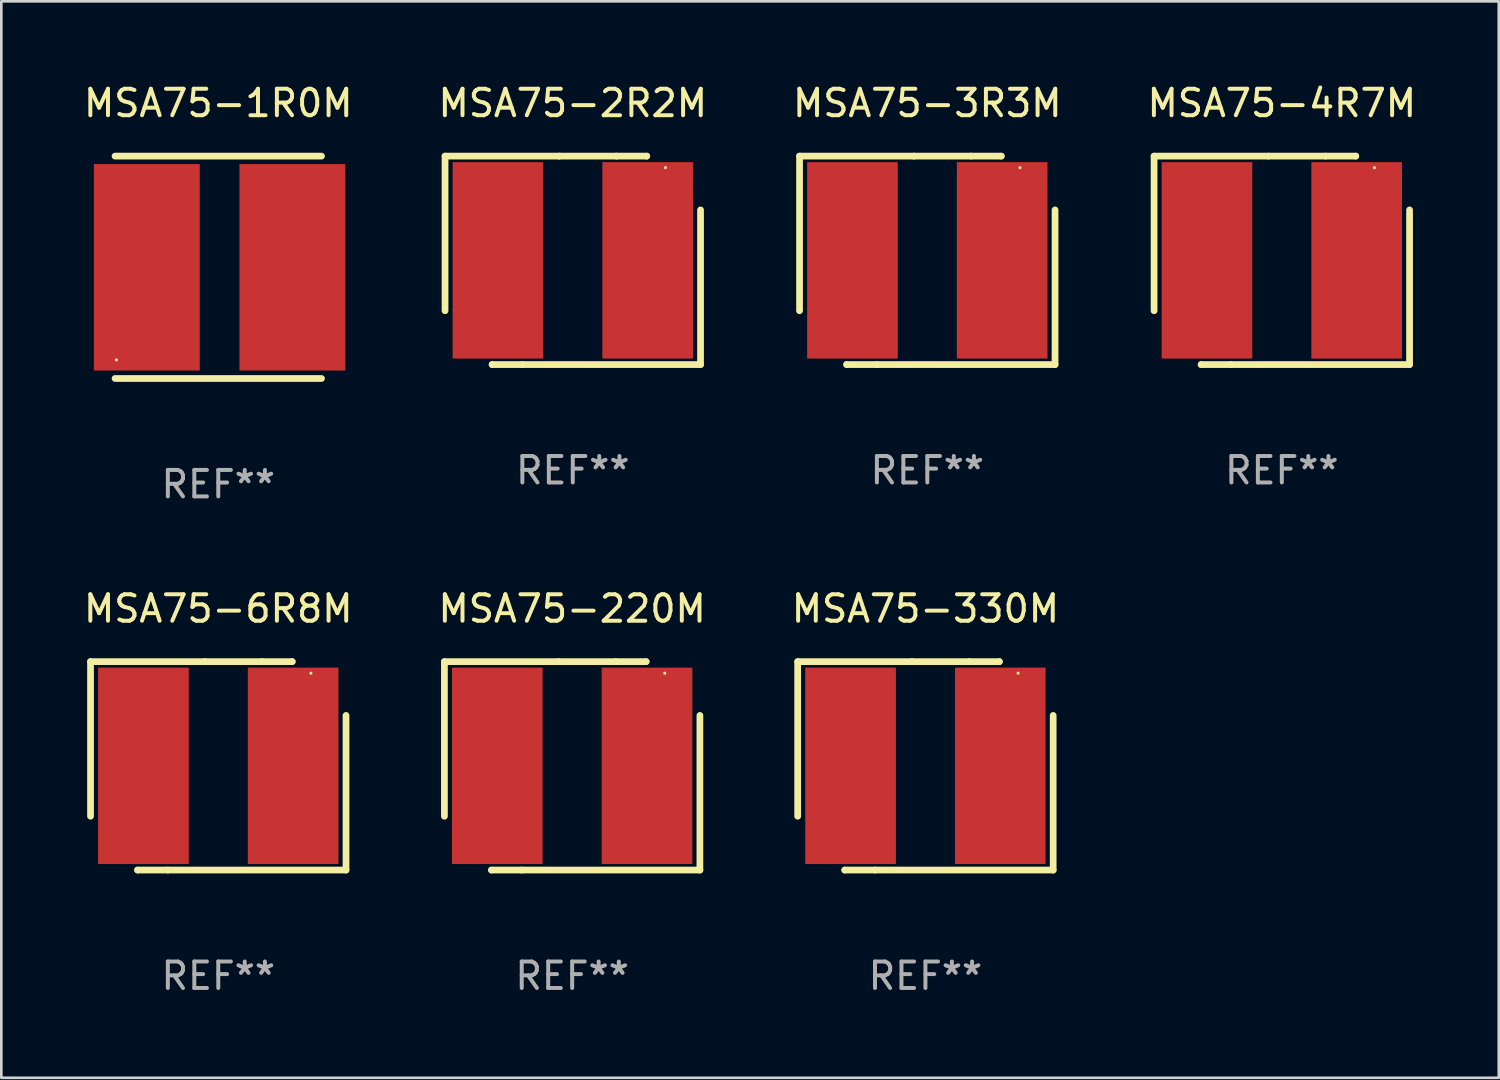
<source format=kicad_pcb>
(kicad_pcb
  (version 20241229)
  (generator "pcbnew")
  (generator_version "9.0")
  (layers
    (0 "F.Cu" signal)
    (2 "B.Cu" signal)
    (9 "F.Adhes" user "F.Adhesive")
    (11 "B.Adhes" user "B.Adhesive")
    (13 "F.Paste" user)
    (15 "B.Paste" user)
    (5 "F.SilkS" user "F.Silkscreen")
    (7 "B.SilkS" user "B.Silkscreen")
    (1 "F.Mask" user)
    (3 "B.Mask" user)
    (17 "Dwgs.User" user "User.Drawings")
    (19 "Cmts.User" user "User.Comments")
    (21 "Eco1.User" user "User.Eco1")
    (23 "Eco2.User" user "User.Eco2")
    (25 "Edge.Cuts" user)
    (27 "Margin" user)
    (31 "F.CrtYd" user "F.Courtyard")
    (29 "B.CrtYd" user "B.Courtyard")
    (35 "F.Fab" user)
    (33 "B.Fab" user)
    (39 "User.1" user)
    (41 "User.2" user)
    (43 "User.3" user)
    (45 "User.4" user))
  (footprint "MSA75-6R8M"
    (layer "F.Cu")
    (at 5.196 25.882)
    (property "Reference" "MSA75-6R8M" (at 0 -5.937 0) (layer "F.SilkS") (effects (font (size 1 1) (thickness 0.15))))
    (attr through_hole)
    (fp_line (start -4.826 -3.937) (end -0.508 -3.937) (stroke (width 0.254) (type solid)) (layer "F.SilkS"))
    (fp_line (start -4.826 1.905) (end -4.826 -3.937) (stroke (width 0.254) (type solid)) (layer "F.SilkS"))
    (fp_line (start -3.048 3.937) (end -3.048 3.937) (stroke (width 0.254) (type solid)) (layer "F.SilkS"))
    (fp_line (start -1.905 3.937) (end -3.048 3.937) (stroke (width 0.254) (type solid)) (layer "F.SilkS"))
    (fp_line (start -0.508 -3.937) (end 1.651 -3.937) (stroke (width 0.254) (type solid)) (layer "F.SilkS"))
    (fp_line (start 1.651 -3.937) (end 2.794 -3.937) (stroke (width 0.254) (type solid)) (layer "F.SilkS"))
    (fp_line (start 2.794 -3.937) (end 2.794 -3.937) (stroke (width 0.254) (type solid)) (layer "F.SilkS"))
    (fp_line (start 4.826 -1.905) (end 4.826 3.937) (stroke (width 0.254) (type solid)) (layer "F.SilkS"))
    (fp_line (start 4.826 3.937) (end -1.905 3.937) (stroke (width 0.254) (type solid)) (layer "F.SilkS"))
    (fp_circle (center 3.5 -3.5) (end 3.53 -3.5) (stroke (width 0.06) (type solid)) (fill no) (layer "F.SilkS"))
    (fp_text user "REF**" (at 0 7.937 0) (layer "F.Fab") (effects (font (size 1 1) (thickness 0.15))))
    (pad "1" smd rect (at 2.828 0) (size 3.424 7.42) (layers "F.Cu" "F.Mask" "F.Paste"))
    (pad "2" smd rect (at -2.828 0) (size 3.424 7.42) (layers "F.Cu" "F.Mask" "F.Paste")))
  (footprint "MSA75-4R7M"
    (layer "F.Cu")
    (at 45.375 6.785)
    (property "Reference" "MSA75-4R7M" (at 0 -5.937 0) (layer "F.SilkS") (effects (font (size 1 1) (thickness 0.15))))
    (attr through_hole)
    (fp_line (start -4.826 -3.937) (end -0.508 -3.937) (stroke (width 0.254) (type solid)) (layer "F.SilkS"))
    (fp_line (start -4.826 1.905) (end -4.826 -3.937) (stroke (width 0.254) (type solid)) (layer "F.SilkS"))
    (fp_line (start -3.048 3.937) (end -3.048 3.937) (stroke (width 0.254) (type solid)) (layer "F.SilkS"))
    (fp_line (start -1.905 3.937) (end -3.048 3.937) (stroke (width 0.254) (type solid)) (layer "F.SilkS"))
    (fp_line (start -0.508 -3.937) (end 1.651 -3.937) (stroke (width 0.254) (type solid)) (layer "F.SilkS"))
    (fp_line (start 1.651 -3.937) (end 2.794 -3.937) (stroke (width 0.254) (type solid)) (layer "F.SilkS"))
    (fp_line (start 2.794 -3.937) (end 2.794 -3.937) (stroke (width 0.254) (type solid)) (layer "F.SilkS"))
    (fp_line (start 4.826 -1.905) (end 4.826 3.937) (stroke (width 0.254) (type solid)) (layer "F.SilkS"))
    (fp_line (start 4.826 3.937) (end -1.905 3.937) (stroke (width 0.254) (type solid)) (layer "F.SilkS"))
    (fp_circle (center 3.5 -3.5) (end 3.53 -3.5) (stroke (width 0.06) (type solid)) (fill no) (layer "F.SilkS"))
    (fp_text user "REF**" (at 0 7.937 0) (layer "F.Fab") (effects (font (size 1 1) (thickness 0.15))))
    (pad "1" smd rect (at 2.828 0) (size 3.424 7.42) (layers "F.Cu" "F.Mask" "F.Paste"))
    (pad "2" smd rect (at -2.828 0) (size 3.424 7.42) (layers "F.Cu" "F.Mask" "F.Paste")))
  (footprint "MSA75-2R2M"
    (layer "F.Cu")
    (at 18.589 6.785)
    (property "Reference" "MSA75-2R2M" (at 0 -5.937 0) (layer "F.SilkS") (effects (font (size 1 1) (thickness 0.15))))
    (attr through_hole)
    (fp_line (start -4.826 -3.937) (end -0.508 -3.937) (stroke (width 0.254) (type solid)) (layer "F.SilkS"))
    (fp_line (start -4.826 1.905) (end -4.826 -3.937) (stroke (width 0.254) (type solid)) (layer "F.SilkS"))
    (fp_line (start -3.048 3.937) (end -3.048 3.937) (stroke (width 0.254) (type solid)) (layer "F.SilkS"))
    (fp_line (start -1.905 3.937) (end -3.048 3.937) (stroke (width 0.254) (type solid)) (layer "F.SilkS"))
    (fp_line (start -0.508 -3.937) (end 1.651 -3.937) (stroke (width 0.254) (type solid)) (layer "F.SilkS"))
    (fp_line (start 1.651 -3.937) (end 2.794 -3.937) (stroke (width 0.254) (type solid)) (layer "F.SilkS"))
    (fp_line (start 2.794 -3.937) (end 2.794 -3.937) (stroke (width 0.254) (type solid)) (layer "F.SilkS"))
    (fp_line (start 4.826 -1.905) (end 4.826 3.937) (stroke (width 0.254) (type solid)) (layer "F.SilkS"))
    (fp_line (start 4.826 3.937) (end -1.905 3.937) (stroke (width 0.254) (type solid)) (layer "F.SilkS"))
    (fp_circle (center 3.5 -3.5) (end 3.53 -3.5) (stroke (width 0.06) (type solid)) (fill no) (layer "F.SilkS"))
    (fp_text user "REF**" (at 0 7.937 0) (layer "F.Fab") (effects (font (size 1 1) (thickness 0.15))))
    (pad "1" smd rect (at 2.828 0) (size 3.424 7.42) (layers "F.Cu" "F.Mask" "F.Paste"))
    (pad "2" smd rect (at -2.828 0) (size 3.424 7.42) (layers "F.Cu" "F.Mask" "F.Paste")))
  (footprint "MSA75-3R3M"
    (layer "F.Cu")
    (at 31.982 6.785)
    (property "Reference" "MSA75-3R3M" (at 0 -5.937 0) (layer "F.SilkS") (effects (font (size 1 1) (thickness 0.15))))
    (attr through_hole)
    (fp_line (start -4.826 -3.937) (end -0.508 -3.937) (stroke (width 0.254) (type solid)) (layer "F.SilkS"))
    (fp_line (start -4.826 1.905) (end -4.826 -3.937) (stroke (width 0.254) (type solid)) (layer "F.SilkS"))
    (fp_line (start -3.048 3.937) (end -3.048 3.937) (stroke (width 0.254) (type solid)) (layer "F.SilkS"))
    (fp_line (start -1.905 3.937) (end -3.048 3.937) (stroke (width 0.254) (type solid)) (layer "F.SilkS"))
    (fp_line (start -0.508 -3.937) (end 1.651 -3.937) (stroke (width 0.254) (type solid)) (layer "F.SilkS"))
    (fp_line (start 1.651 -3.937) (end 2.794 -3.937) (stroke (width 0.254) (type solid)) (layer "F.SilkS"))
    (fp_line (start 2.794 -3.937) (end 2.794 -3.937) (stroke (width 0.254) (type solid)) (layer "F.SilkS"))
    (fp_line (start 4.826 -1.905) (end 4.826 3.937) (stroke (width 0.254) (type solid)) (layer "F.SilkS"))
    (fp_line (start 4.826 3.937) (end -1.905 3.937) (stroke (width 0.254) (type solid)) (layer "F.SilkS"))
    (fp_circle (center 3.5 -3.5) (end 3.53 -3.5) (stroke (width 0.06) (type solid)) (fill no) (layer "F.SilkS"))
    (fp_text user "REF**" (at 0 7.937 0) (layer "F.Fab") (effects (font (size 1 1) (thickness 0.15))))
    (pad "1" smd rect (at 2.828 0) (size 3.424 7.42) (layers "F.Cu" "F.Mask" "F.Paste"))
    (pad "2" smd rect (at -2.828 0) (size 3.424 7.42) (layers "F.Cu" "F.Mask" "F.Paste")))
  (footprint "MSA75-1R0M"
    (layer "F.Cu")
    (at 5.196 7.048)
    (property "Reference" "MSA75-1R0M" (at 0 -6.2 0) (layer "F.SilkS") (effects (font (size 1 1) (thickness 0.15))))
    (attr through_hole)
    (fp_line (start -3.9 -4.2) (end 3.9 -4.2) (stroke (width 0.254) (type solid)) (layer "F.SilkS"))
    (fp_line (start -3.9 4.2) (end 3.9 4.2) (stroke (width 0.254) (type solid)) (layer "F.SilkS"))
    (fp_circle (center -3.85 3.5) (end -3.82 3.5) (stroke (width 0.06) (type solid)) (fill no) (layer "F.SilkS"))
    (fp_text user "REF**" (at 0 8.2 0) (layer "F.Fab") (effects (font (size 1 1) (thickness 0.15))))
    (pad "1" smd rect (at -2.7 0) (size 4 7.8) (layers "F.Cu" "F.Mask" "F.Paste"))
    (pad "2" smd rect (at 2.8 0) (size 4 7.8) (layers "F.Cu" "F.Mask" "F.Paste")))
  (footprint "MSA75-330M"
    (layer "F.Cu")
    (at 31.911 25.882)
    (property "Reference" "MSA75-330M" (at 0 -5.937 0) (layer "F.SilkS") (effects (font (size 1 1) (thickness 0.15))))
    (attr through_hole)
    (fp_line (start -4.826 -3.937) (end -0.508 -3.937) (stroke (width 0.254) (type solid)) (layer "F.SilkS"))
    (fp_line (start -4.826 1.905) (end -4.826 -3.937) (stroke (width 0.254) (type solid)) (layer "F.SilkS"))
    (fp_line (start -3.048 3.937) (end -3.048 3.937) (stroke (width 0.254) (type solid)) (layer "F.SilkS"))
    (fp_line (start -1.905 3.937) (end -3.048 3.937) (stroke (width 0.254) (type solid)) (layer "F.SilkS"))
    (fp_line (start -0.508 -3.937) (end 1.651 -3.937) (stroke (width 0.254) (type solid)) (layer "F.SilkS"))
    (fp_line (start 1.651 -3.937) (end 2.794 -3.937) (stroke (width 0.254) (type solid)) (layer "F.SilkS"))
    (fp_line (start 2.794 -3.937) (end 2.794 -3.937) (stroke (width 0.254) (type solid)) (layer "F.SilkS"))
    (fp_line (start 4.826 -1.905) (end 4.826 3.937) (stroke (width 0.254) (type solid)) (layer "F.SilkS"))
    (fp_line (start 4.826 3.937) (end -1.905 3.937) (stroke (width 0.254) (type solid)) (layer "F.SilkS"))
    (fp_circle (center 3.5 -3.5) (end 3.53 -3.5) (stroke (width 0.06) (type solid)) (fill no) (layer "F.SilkS"))
    (fp_text user "REF**" (at 0 7.937 0) (layer "F.Fab") (effects (font (size 1 1) (thickness 0.15))))
    (pad "1" smd rect (at 2.828 0) (size 3.424 7.42) (layers "F.Cu" "F.Mask" "F.Paste"))
    (pad "2" smd rect (at -2.828 0) (size 3.424 7.42) (layers "F.Cu" "F.Mask" "F.Paste")))
  (footprint "MSA75-220M"
    (layer "F.Cu")
    (at 18.565 25.882)
    (property "Reference" "MSA75-220M" (at 0 -5.937 0) (layer "F.SilkS") (effects (font (size 1 1) (thickness 0.15))))
    (attr through_hole)
    (fp_line (start -4.826 -3.937) (end -0.508 -3.937) (stroke (width 0.254) (type solid)) (layer "F.SilkS"))
    (fp_line (start -4.826 1.905) (end -4.826 -3.937) (stroke (width 0.254) (type solid)) (layer "F.SilkS"))
    (fp_line (start -3.048 3.937) (end -3.048 3.937) (stroke (width 0.254) (type solid)) (layer "F.SilkS"))
    (fp_line (start -1.905 3.937) (end -3.048 3.937) (stroke (width 0.254) (type solid)) (layer "F.SilkS"))
    (fp_line (start -0.508 -3.937) (end 1.651 -3.937) (stroke (width 0.254) (type solid)) (layer "F.SilkS"))
    (fp_line (start 1.651 -3.937) (end 2.794 -3.937) (stroke (width 0.254) (type solid)) (layer "F.SilkS"))
    (fp_line (start 2.794 -3.937) (end 2.794 -3.937) (stroke (width 0.254) (type solid)) (layer "F.SilkS"))
    (fp_line (start 4.826 -1.905) (end 4.826 3.937) (stroke (width 0.254) (type solid)) (layer "F.SilkS"))
    (fp_line (start 4.826 3.937) (end -1.905 3.937) (stroke (width 0.254) (type solid)) (layer "F.SilkS"))
    (fp_circle (center 3.5 -3.5) (end 3.53 -3.5) (stroke (width 0.06) (type solid)) (fill no) (layer "F.SilkS"))
    (fp_text user "REF**" (at 0 7.937 0) (layer "F.Fab") (effects (font (size 1 1) (thickness 0.15))))
    (pad "1" smd rect (at 2.828 0) (size 3.424 7.42) (layers "F.Cu" "F.Mask" "F.Paste"))
    (pad "2" smd rect (at -2.828 0) (size 3.424 7.42) (layers "F.Cu" "F.Mask" "F.Paste")))
  (gr_rect
    (start -3 -3)
    (end 53.571 37.667)
    (stroke (width 0.1) (type default))
    (fill no)
    (layer "Edge.Cuts")))
</source>
